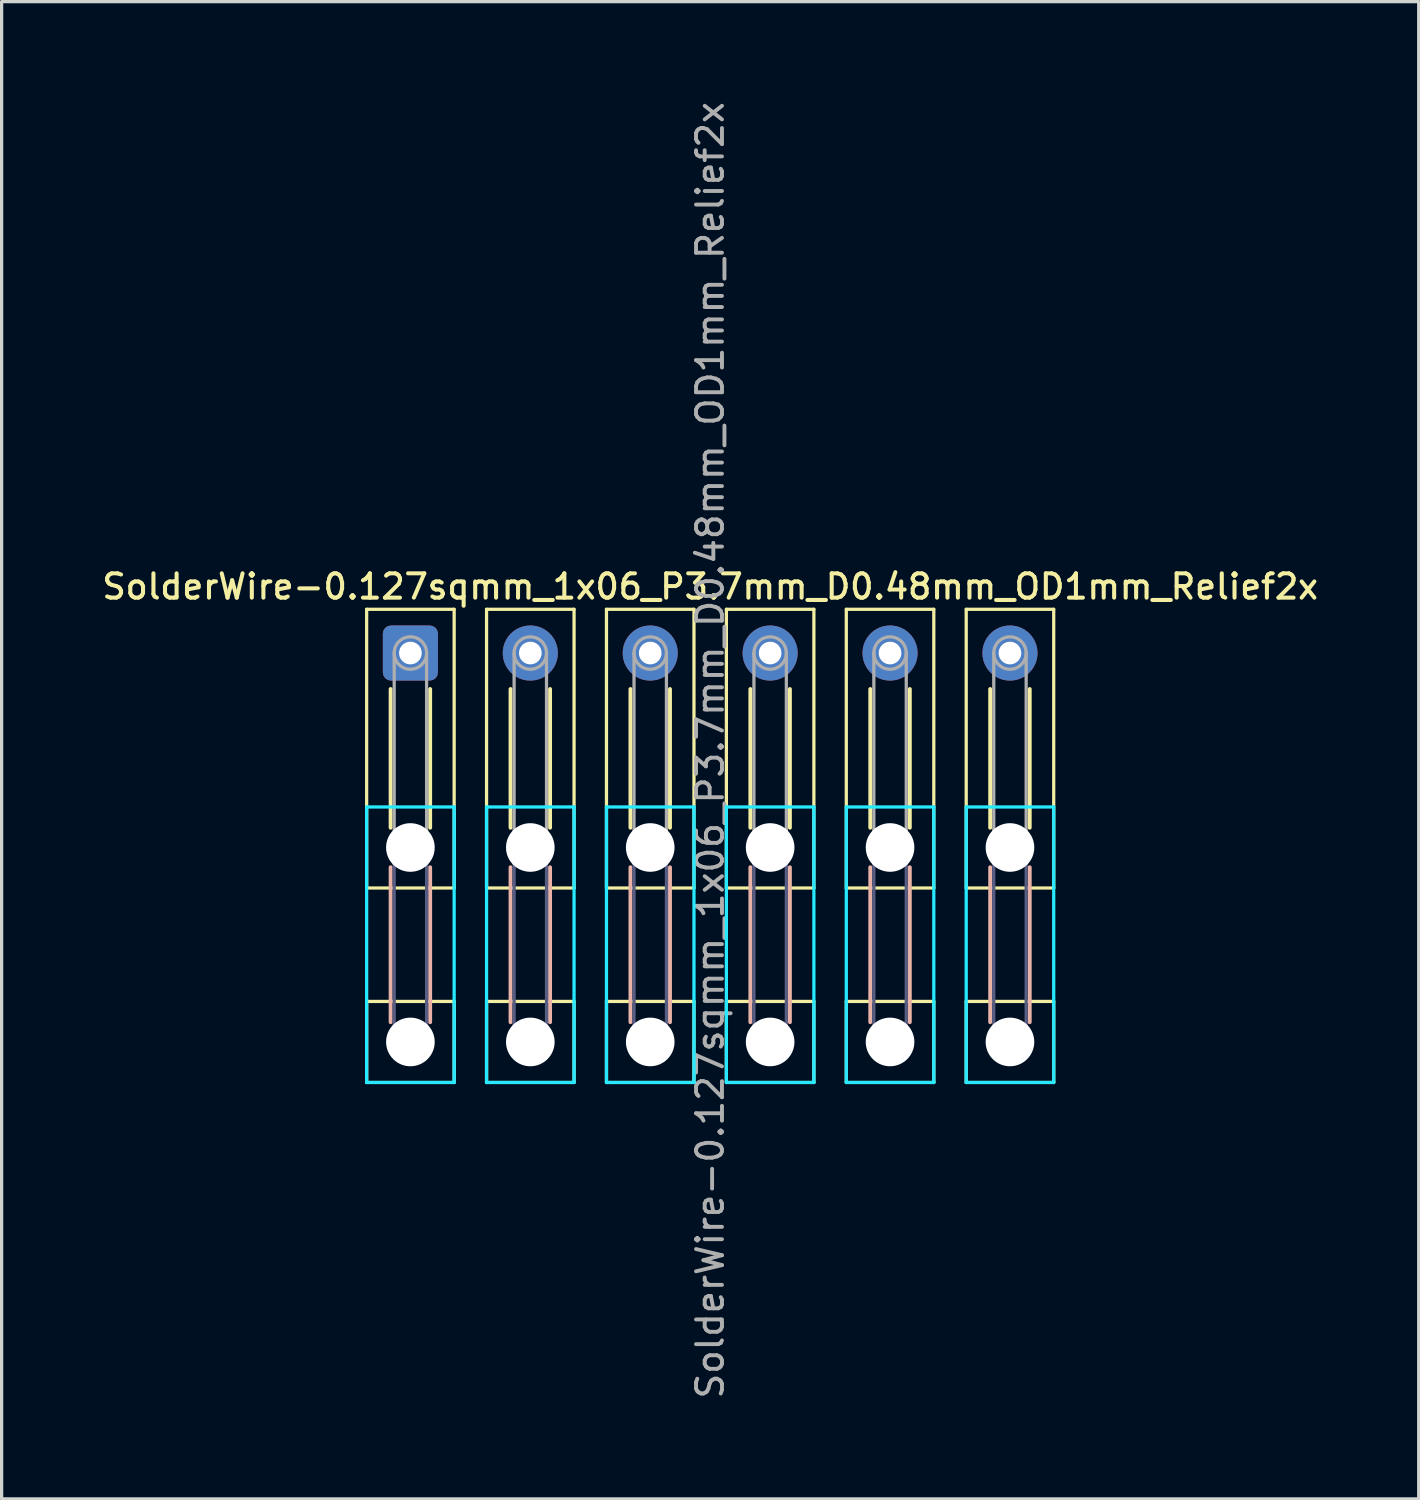
<source format=kicad_pcb>
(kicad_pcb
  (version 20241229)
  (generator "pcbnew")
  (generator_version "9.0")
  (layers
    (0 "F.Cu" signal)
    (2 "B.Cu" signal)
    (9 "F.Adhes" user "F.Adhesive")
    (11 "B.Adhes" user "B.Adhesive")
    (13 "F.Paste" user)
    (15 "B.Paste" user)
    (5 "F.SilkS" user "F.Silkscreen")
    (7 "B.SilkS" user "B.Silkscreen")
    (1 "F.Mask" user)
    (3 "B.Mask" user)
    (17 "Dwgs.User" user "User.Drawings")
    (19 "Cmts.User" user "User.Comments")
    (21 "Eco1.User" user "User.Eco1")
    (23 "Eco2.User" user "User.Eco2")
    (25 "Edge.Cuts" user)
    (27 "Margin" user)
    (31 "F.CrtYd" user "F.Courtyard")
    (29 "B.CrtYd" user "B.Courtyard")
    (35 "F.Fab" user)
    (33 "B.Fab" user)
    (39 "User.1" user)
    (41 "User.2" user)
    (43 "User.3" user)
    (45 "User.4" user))
  (footprint "SolderWire-0.127sqmm_1x06_P3.7mm_D0.48mm_OD1mm_Relief2x"
    (layer "F.Cu")
    (at 9.613 17.1)
    (property "Reference" "SolderWire-0.127sqmm_1x06_P3.7mm_D0.48mm_OD1mm_Relief2x" (at 9.25 -2.05 0) (layer "F.SilkS") (effects (font (size 0.75 0.75) (thickness 0.125))))
    (attr exclude_from_pos_files exclude_from_bom)
    (fp_line (start -1.35 -1.35) (end -1.35 7.25) (stroke (width 0.1) (type solid)) (layer "F.SilkS"))
    (fp_line (start -1.35 7.25) (end 1.35 7.25) (stroke (width 0.1) (type solid)) (layer "F.SilkS"))
    (fp_line (start -1.35 10.75) (end -1.35 13.25) (stroke (width 0.1) (type solid)) (layer "F.SilkS"))
    (fp_line (start -1.35 13.25) (end 1.35 13.25) (stroke (width 0.1) (type solid)) (layer "F.SilkS"))
    (fp_line (start -0.61 1.11) (end -0.61 5.39) (stroke (width 0.12) (type solid)) (layer "F.SilkS"))
    (fp_line (start 0.61 1.11) (end 0.61 5.39) (stroke (width 0.12) (type solid)) (layer "F.SilkS"))
    (fp_line (start 1.35 -1.35) (end -1.35 -1.35) (stroke (width 0.1) (type solid)) (layer "F.SilkS"))
    (fp_line (start 1.35 7.25) (end 1.35 -1.35) (stroke (width 0.1) (type solid)) (layer "F.SilkS"))
    (fp_line (start 1.35 10.75) (end -1.35 10.75) (stroke (width 0.1) (type solid)) (layer "F.SilkS"))
    (fp_line (start 1.35 13.25) (end 1.35 10.75) (stroke (width 0.1) (type solid)) (layer "F.SilkS"))
    (fp_line (start 2.35 -1.35) (end 2.35 7.25) (stroke (width 0.1) (type solid)) (layer "F.SilkS"))
    (fp_line (start 2.35 7.25) (end 5.05 7.25) (stroke (width 0.1) (type solid)) (layer "F.SilkS"))
    (fp_line (start 2.35 10.75) (end 2.35 13.25) (stroke (width 0.1) (type solid)) (layer "F.SilkS"))
    (fp_line (start 2.35 13.25) (end 5.05 13.25) (stroke (width 0.1) (type solid)) (layer "F.SilkS"))
    (fp_line (start 3.09 1.11) (end 3.09 5.39) (stroke (width 0.12) (type solid)) (layer "F.SilkS"))
    (fp_line (start 4.31 1.11) (end 4.31 5.39) (stroke (width 0.12) (type solid)) (layer "F.SilkS"))
    (fp_line (start 5.05 -1.35) (end 2.35 -1.35) (stroke (width 0.1) (type solid)) (layer "F.SilkS"))
    (fp_line (start 5.05 7.25) (end 5.05 -1.35) (stroke (width 0.1) (type solid)) (layer "F.SilkS"))
    (fp_line (start 5.05 10.75) (end 2.35 10.75) (stroke (width 0.1) (type solid)) (layer "F.SilkS"))
    (fp_line (start 5.05 13.25) (end 5.05 10.75) (stroke (width 0.1) (type solid)) (layer "F.SilkS"))
    (fp_line (start 6.05 -1.35) (end 6.05 7.25) (stroke (width 0.1) (type solid)) (layer "F.SilkS"))
    (fp_line (start 6.05 7.25) (end 8.75 7.25) (stroke (width 0.1) (type solid)) (layer "F.SilkS"))
    (fp_line (start 6.05 10.75) (end 6.05 13.25) (stroke (width 0.1) (type solid)) (layer "F.SilkS"))
    (fp_line (start 6.05 13.25) (end 8.75 13.25) (stroke (width 0.1) (type solid)) (layer "F.SilkS"))
    (fp_line (start 6.79 1.11) (end 6.79 5.39) (stroke (width 0.12) (type solid)) (layer "F.SilkS"))
    (fp_line (start 8.01 1.11) (end 8.01 5.39) (stroke (width 0.12) (type solid)) (layer "F.SilkS"))
    (fp_line (start 8.75 -1.35) (end 6.05 -1.35) (stroke (width 0.1) (type solid)) (layer "F.SilkS"))
    (fp_line (start 8.75 7.25) (end 8.75 -1.35) (stroke (width 0.1) (type solid)) (layer "F.SilkS"))
    (fp_line (start 8.75 10.75) (end 6.05 10.75) (stroke (width 0.1) (type solid)) (layer "F.SilkS"))
    (fp_line (start 8.75 13.25) (end 8.75 10.75) (stroke (width 0.1) (type solid)) (layer "F.SilkS"))
    (fp_line (start 9.75 -1.35) (end 9.75 7.25) (stroke (width 0.1) (type solid)) (layer "F.SilkS"))
    (fp_line (start 9.75 7.25) (end 12.45 7.25) (stroke (width 0.1) (type solid)) (layer "F.SilkS"))
    (fp_line (start 9.75 10.75) (end 9.75 13.25) (stroke (width 0.1) (type solid)) (layer "F.SilkS"))
    (fp_line (start 9.75 13.25) (end 12.45 13.25) (stroke (width 0.1) (type solid)) (layer "F.SilkS"))
    (fp_line (start 10.49 1.11) (end 10.49 5.39) (stroke (width 0.12) (type solid)) (layer "F.SilkS"))
    (fp_line (start 11.71 1.11) (end 11.71 5.39) (stroke (width 0.12) (type solid)) (layer "F.SilkS"))
    (fp_line (start 12.45 -1.35) (end 9.75 -1.35) (stroke (width 0.1) (type solid)) (layer "F.SilkS"))
    (fp_line (start 12.45 7.25) (end 12.45 -1.35) (stroke (width 0.1) (type solid)) (layer "F.SilkS"))
    (fp_line (start 12.45 10.75) (end 9.75 10.75) (stroke (width 0.1) (type solid)) (layer "F.SilkS"))
    (fp_line (start 12.45 13.25) (end 12.45 10.75) (stroke (width 0.1) (type solid)) (layer "F.SilkS"))
    (fp_line (start 13.45 -1.35) (end 13.45 7.25) (stroke (width 0.1) (type solid)) (layer "F.SilkS"))
    (fp_line (start 13.45 7.25) (end 16.15 7.25) (stroke (width 0.1) (type solid)) (layer "F.SilkS"))
    (fp_line (start 13.45 10.75) (end 13.45 13.25) (stroke (width 0.1) (type solid)) (layer "F.SilkS"))
    (fp_line (start 13.45 13.25) (end 16.15 13.25) (stroke (width 0.1) (type solid)) (layer "F.SilkS"))
    (fp_line (start 14.19 1.11) (end 14.19 5.39) (stroke (width 0.12) (type solid)) (layer "F.SilkS"))
    (fp_line (start 15.41 1.11) (end 15.41 5.39) (stroke (width 0.12) (type solid)) (layer "F.SilkS"))
    (fp_line (start 16.15 -1.35) (end 13.45 -1.35) (stroke (width 0.1) (type solid)) (layer "F.SilkS"))
    (fp_line (start 16.15 7.25) (end 16.15 -1.35) (stroke (width 0.1) (type solid)) (layer "F.SilkS"))
    (fp_line (start 16.15 10.75) (end 13.45 10.75) (stroke (width 0.1) (type solid)) (layer "F.SilkS"))
    (fp_line (start 16.15 13.25) (end 16.15 10.75) (stroke (width 0.1) (type solid)) (layer "F.SilkS"))
    (fp_line (start 17.15 -1.35) (end 17.15 7.25) (stroke (width 0.1) (type solid)) (layer "F.SilkS"))
    (fp_line (start 17.15 7.25) (end 19.85 7.25) (stroke (width 0.1) (type solid)) (layer "F.SilkS"))
    (fp_line (start 17.15 10.75) (end 17.15 13.25) (stroke (width 0.1) (type solid)) (layer "F.SilkS"))
    (fp_line (start 17.15 13.25) (end 19.85 13.25) (stroke (width 0.1) (type solid)) (layer "F.SilkS"))
    (fp_line (start 17.89 1.11) (end 17.89 5.39) (stroke (width 0.12) (type solid)) (layer "F.SilkS"))
    (fp_line (start 19.11 1.11) (end 19.11 5.39) (stroke (width 0.12) (type solid)) (layer "F.SilkS"))
    (fp_line (start 19.85 -1.35) (end 17.15 -1.35) (stroke (width 0.1) (type solid)) (layer "F.SilkS"))
    (fp_line (start 19.85 7.25) (end 19.85 -1.35) (stroke (width 0.1) (type solid)) (layer "F.SilkS"))
    (fp_line (start 19.85 10.75) (end 17.15 10.75) (stroke (width 0.1) (type solid)) (layer "F.SilkS"))
    (fp_line (start 19.85 13.25) (end 19.85 10.75) (stroke (width 0.1) (type solid)) (layer "F.SilkS"))
    (fp_line (start -0.61 6.61) (end -0.61 11.39) (stroke (width 0.12) (type solid)) (layer "B.SilkS"))
    (fp_line (start 0.61 6.61) (end 0.61 11.39) (stroke (width 0.12) (type solid)) (layer "B.SilkS"))
    (fp_line (start 3.09 6.61) (end 3.09 11.39) (stroke (width 0.12) (type solid)) (layer "B.SilkS"))
    (fp_line (start 4.31 6.61) (end 4.31 11.39) (stroke (width 0.12) (type solid)) (layer "B.SilkS"))
    (fp_line (start 6.79 6.61) (end 6.79 11.39) (stroke (width 0.12) (type solid)) (layer "B.SilkS"))
    (fp_line (start 8.01 6.61) (end 8.01 11.39) (stroke (width 0.12) (type solid)) (layer "B.SilkS"))
    (fp_line (start 10.49 6.61) (end 10.49 11.39) (stroke (width 0.12) (type solid)) (layer "B.SilkS"))
    (fp_line (start 11.71 6.61) (end 11.71 11.39) (stroke (width 0.12) (type solid)) (layer "B.SilkS"))
    (fp_line (start 14.19 6.61) (end 14.19 11.39) (stroke (width 0.12) (type solid)) (layer "B.SilkS"))
    (fp_line (start 15.41 6.61) (end 15.41 11.39) (stroke (width 0.12) (type solid)) (layer "B.SilkS"))
    (fp_line (start 17.89 6.61) (end 17.89 11.39) (stroke (width 0.12) (type solid)) (layer "B.SilkS"))
    (fp_line (start 19.11 6.61) (end 19.11 11.39) (stroke (width 0.12) (type solid)) (layer "B.SilkS"))
    (fp_line (start -1.35 4.75) (end -1.35 13.25) (stroke (width 0.1) (type solid)) (layer "B.CrtYd"))
    (fp_line (start -1.35 13.25) (end 1.35 13.25) (stroke (width 0.1) (type solid)) (layer "B.CrtYd"))
    (fp_line (start 1.35 4.75) (end -1.35 4.75) (stroke (width 0.1) (type solid)) (layer "B.CrtYd"))
    (fp_line (start 1.35 13.25) (end 1.35 4.75) (stroke (width 0.1) (type solid)) (layer "B.CrtYd"))
    (fp_line (start 2.35 4.75) (end 2.35 13.25) (stroke (width 0.1) (type solid)) (layer "B.CrtYd"))
    (fp_line (start 2.35 13.25) (end 5.05 13.25) (stroke (width 0.1) (type solid)) (layer "B.CrtYd"))
    (fp_line (start 5.05 4.75) (end 2.35 4.75) (stroke (width 0.1) (type solid)) (layer "B.CrtYd"))
    (fp_line (start 5.05 13.25) (end 5.05 4.75) (stroke (width 0.1) (type solid)) (layer "B.CrtYd"))
    (fp_line (start 6.05 4.75) (end 6.05 13.25) (stroke (width 0.1) (type solid)) (layer "B.CrtYd"))
    (fp_line (start 6.05 13.25) (end 8.75 13.25) (stroke (width 0.1) (type solid)) (layer "B.CrtYd"))
    (fp_line (start 8.75 4.75) (end 6.05 4.75) (stroke (width 0.1) (type solid)) (layer "B.CrtYd"))
    (fp_line (start 8.75 13.25) (end 8.75 4.75) (stroke (width 0.1) (type solid)) (layer "B.CrtYd"))
    (fp_line (start 9.75 4.75) (end 9.75 13.25) (stroke (width 0.1) (type solid)) (layer "B.CrtYd"))
    (fp_line (start 9.75 13.25) (end 12.45 13.25) (stroke (width 0.1) (type solid)) (layer "B.CrtYd"))
    (fp_line (start 12.45 4.75) (end 9.75 4.75) (stroke (width 0.1) (type solid)) (layer "B.CrtYd"))
    (fp_line (start 12.45 13.25) (end 12.45 4.75) (stroke (width 0.1) (type solid)) (layer "B.CrtYd"))
    (fp_line (start 13.45 4.75) (end 13.45 13.25) (stroke (width 0.1) (type solid)) (layer "B.CrtYd"))
    (fp_line (start 13.45 13.25) (end 16.15 13.25) (stroke (width 0.1) (type solid)) (layer "B.CrtYd"))
    (fp_line (start 16.15 4.75) (end 13.45 4.75) (stroke (width 0.1) (type solid)) (layer "B.CrtYd"))
    (fp_line (start 16.15 13.25) (end 16.15 4.75) (stroke (width 0.1) (type solid)) (layer "B.CrtYd"))
    (fp_line (start 17.15 4.75) (end 17.15 13.25) (stroke (width 0.1) (type solid)) (layer "B.CrtYd"))
    (fp_line (start 17.15 13.25) (end 19.85 13.25) (stroke (width 0.1) (type solid)) (layer "B.CrtYd"))
    (fp_line (start 19.85 4.75) (end 17.15 4.75) (stroke (width 0.1) (type solid)) (layer "B.CrtYd"))
    (fp_line (start 19.85 13.25) (end 19.85 4.75) (stroke (width 0.1) (type solid)) (layer "B.CrtYd"))
    (fp_line (start -0.5 6) (end -0.5 12) (stroke (width 0.1) (type solid)) (layer "B.Fab"))
    (fp_line (start 0.5 6) (end 0.5 12) (stroke (width 0.1) (type solid)) (layer "B.Fab"))
    (fp_line (start 3.2 6) (end 3.2 12) (stroke (width 0.1) (type solid)) (layer "B.Fab"))
    (fp_line (start 4.2 6) (end 4.2 12) (stroke (width 0.1) (type solid)) (layer "B.Fab"))
    (fp_line (start 6.9 6) (end 6.9 12) (stroke (width 0.1) (type solid)) (layer "B.Fab"))
    (fp_line (start 7.9 6) (end 7.9 12) (stroke (width 0.1) (type solid)) (layer "B.Fab"))
    (fp_line (start 10.6 6) (end 10.6 12) (stroke (width 0.1) (type solid)) (layer "B.Fab"))
    (fp_line (start 11.6 6) (end 11.6 12) (stroke (width 0.1) (type solid)) (layer "B.Fab"))
    (fp_line (start 14.3 6) (end 14.3 12) (stroke (width 0.1) (type solid)) (layer "B.Fab"))
    (fp_line (start 15.3 6) (end 15.3 12) (stroke (width 0.1) (type solid)) (layer "B.Fab"))
    (fp_line (start 18 6) (end 18 12) (stroke (width 0.1) (type solid)) (layer "B.Fab"))
    (fp_line (start 19 6) (end 19 12) (stroke (width 0.1) (type solid)) (layer "B.Fab"))
    (fp_circle (center 0 6) (end 0.5 6) (stroke (width 0.1) (type solid)) (fill no) (layer "B.Fab"))
    (fp_circle (center 0 12) (end 0.5 12) (stroke (width 0.1) (type solid)) (fill no) (layer "B.Fab"))
    (fp_circle (center 3.7 6) (end 4.2 6) (stroke (width 0.1) (type solid)) (fill no) (layer "B.Fab"))
    (fp_circle (center 3.7 12) (end 4.2 12) (stroke (width 0.1) (type solid)) (fill no) (layer "B.Fab"))
    (fp_circle (center 7.4 6) (end 7.9 6) (stroke (width 0.1) (type solid)) (fill no) (layer "B.Fab"))
    (fp_circle (center 7.4 12) (end 7.9 12) (stroke (width 0.1) (type solid)) (fill no) (layer "B.Fab"))
    (fp_circle (center 11.1 6) (end 11.6 6) (stroke (width 0.1) (type solid)) (fill no) (layer "B.Fab"))
    (fp_circle (center 11.1 12) (end 11.6 12) (stroke (width 0.1) (type solid)) (fill no) (layer "B.Fab"))
    (fp_circle (center 14.8 6) (end 15.3 6) (stroke (width 0.1) (type solid)) (fill no) (layer "B.Fab"))
    (fp_circle (center 14.8 12) (end 15.3 12) (stroke (width 0.1) (type solid)) (fill no) (layer "B.Fab"))
    (fp_circle (center 18.5 6) (end 19 6) (stroke (width 0.1) (type solid)) (fill no) (layer "B.Fab"))
    (fp_circle (center 18.5 12) (end 19 12) (stroke (width 0.1) (type solid)) (fill no) (layer "B.Fab"))
    (fp_line (start -0.5 0) (end -0.5 6) (stroke (width 0.1) (type solid)) (layer "F.Fab"))
    (fp_line (start 0.5 0) (end 0.5 6) (stroke (width 0.1) (type solid)) (layer "F.Fab"))
    (fp_line (start 3.2 0) (end 3.2 6) (stroke (width 0.1) (type solid)) (layer "F.Fab"))
    (fp_line (start 4.2 0) (end 4.2 6) (stroke (width 0.1) (type solid)) (layer "F.Fab"))
    (fp_line (start 6.9 0) (end 6.9 6) (stroke (width 0.1) (type solid)) (layer "F.Fab"))
    (fp_line (start 7.9 0) (end 7.9 6) (stroke (width 0.1) (type solid)) (layer "F.Fab"))
    (fp_line (start 10.6 0) (end 10.6 6) (stroke (width 0.1) (type solid)) (layer "F.Fab"))
    (fp_line (start 11.6 0) (end 11.6 6) (stroke (width 0.1) (type solid)) (layer "F.Fab"))
    (fp_line (start 14.3 0) (end 14.3 6) (stroke (width 0.1) (type solid)) (layer "F.Fab"))
    (fp_line (start 15.3 0) (end 15.3 6) (stroke (width 0.1) (type solid)) (layer "F.Fab"))
    (fp_line (start 18 0) (end 18 6) (stroke (width 0.1) (type solid)) (layer "F.Fab"))
    (fp_line (start 19 0) (end 19 6) (stroke (width 0.1) (type solid)) (layer "F.Fab"))
    (fp_circle (center 0 0) (end 0.5 0) (stroke (width 0.1) (type solid)) (fill no) (layer "F.Fab"))
    (fp_circle (center 0 6) (end 0.5 6) (stroke (width 0.1) (type solid)) (fill no) (layer "F.Fab"))
    (fp_circle (center 0 12) (end 0.5 12) (stroke (width 0.1) (type solid)) (fill no) (layer "F.Fab"))
    (fp_circle (center 3.7 0) (end 4.2 0) (stroke (width 0.1) (type solid)) (fill no) (layer "F.Fab"))
    (fp_circle (center 3.7 6) (end 4.2 6) (stroke (width 0.1) (type solid)) (fill no) (layer "F.Fab"))
    (fp_circle (center 3.7 12) (end 4.2 12) (stroke (width 0.1) (type solid)) (fill no) (layer "F.Fab"))
    (fp_circle (center 7.4 0) (end 7.9 0) (stroke (width 0.1) (type solid)) (fill no) (layer "F.Fab"))
    (fp_circle (center 7.4 6) (end 7.9 6) (stroke (width 0.1) (type solid)) (fill no) (layer "F.Fab"))
    (fp_circle (center 7.4 12) (end 7.9 12) (stroke (width 0.1) (type solid)) (fill no) (layer "F.Fab"))
    (fp_circle (center 11.1 0) (end 11.6 0) (stroke (width 0.1) (type solid)) (fill no) (layer "F.Fab"))
    (fp_circle (center 11.1 6) (end 11.6 6) (stroke (width 0.1) (type solid)) (fill no) (layer "F.Fab"))
    (fp_circle (center 11.1 12) (end 11.6 12) (stroke (width 0.1) (type solid)) (fill no) (layer "F.Fab"))
    (fp_circle (center 14.8 0) (end 15.3 0) (stroke (width 0.1) (type solid)) (fill no) (layer "F.Fab"))
    (fp_circle (center 14.8 6) (end 15.3 6) (stroke (width 0.1) (type solid)) (fill no) (layer "F.Fab"))
    (fp_circle (center 14.8 12) (end 15.3 12) (stroke (width 0.1) (type solid)) (fill no) (layer "F.Fab"))
    (fp_circle (center 18.5 0) (end 19 0) (stroke (width 0.1) (type solid)) (fill no) (layer "F.Fab"))
    (fp_circle (center 18.5 6) (end 19 6) (stroke (width 0.1) (type solid)) (fill no) (layer "F.Fab"))
    (fp_circle (center 18.5 12) (end 19 12) (stroke (width 0.1) (type solid)) (fill no) (layer "F.Fab"))
    (fp_text user "${REFERENCE}" (at 9.25 3 90) (layer "F.Fab") (effects (font (size 0.8 0.8) (thickness 0.12))))
    (pad "" np_thru_hole circle (at 0 6) (size 1.5 1.5) (drill 1.5) (layers "*.Cu" "*.Mask"))
    (pad "" np_thru_hole circle (at 0 12) (size 1.5 1.5) (drill 1.5) (layers "*.Cu" "*.Mask"))
    (pad "" np_thru_hole circle (at 3.7 6) (size 1.5 1.5) (drill 1.5) (layers "*.Cu" "*.Mask"))
    (pad "" np_thru_hole circle (at 3.7 12) (size 1.5 1.5) (drill 1.5) (layers "*.Cu" "*.Mask"))
    (pad "" np_thru_hole circle (at 7.4 6) (size 1.5 1.5) (drill 1.5) (layers "*.Cu" "*.Mask"))
    (pad "" np_thru_hole circle (at 7.4 12) (size 1.5 1.5) (drill 1.5) (layers "*.Cu" "*.Mask"))
    (pad "" np_thru_hole circle (at 11.1 6) (size 1.5 1.5) (drill 1.5) (layers "*.Cu" "*.Mask"))
    (pad "" np_thru_hole circle (at 11.1 12) (size 1.5 1.5) (drill 1.5) (layers "*.Cu" "*.Mask"))
    (pad "" np_thru_hole circle (at 14.8 6) (size 1.5 1.5) (drill 1.5) (layers "*.Cu" "*.Mask"))
    (pad "" np_thru_hole circle (at 14.8 12) (size 1.5 1.5) (drill 1.5) (layers "*.Cu" "*.Mask"))
    (pad "" np_thru_hole circle (at 18.5 6) (size 1.5 1.5) (drill 1.5) (layers "*.Cu" "*.Mask"))
    (pad "" np_thru_hole circle (at 18.5 12) (size 1.5 1.5) (drill 1.5) (layers "*.Cu" "*.Mask"))
    (pad "1" thru_hole roundrect (at 0 0) (size 1.7 1.7) (drill 0.7) (layers "*.Cu" "*.Mask") (roundrect_rratio 0.147))
    (pad "2" thru_hole circle (at 3.7 0) (size 1.7 1.7) (drill 0.7) (layers "*.Cu" "*.Mask"))
    (pad "3" thru_hole circle (at 7.4 0) (size 1.7 1.7) (drill 0.7) (layers "*.Cu" "*.Mask"))
    (pad "4" thru_hole circle (at 11.1 0) (size 1.7 1.7) (drill 0.7) (layers "*.Cu" "*.Mask"))
    (pad "5" thru_hole circle (at 14.8 0) (size 1.7 1.7) (drill 0.7) (layers "*.Cu" "*.Mask"))
    (pad "6" thru_hole circle (at 18.5 0) (size 1.7 1.7) (drill 0.7) (layers "*.Cu" "*.Mask")))
  (gr_rect
    (start -3 -3)
    (end 40.725 43.2)
    (stroke (width 0.1) (type default))
    (fill no)
    (layer "Edge.Cuts")))
</source>
